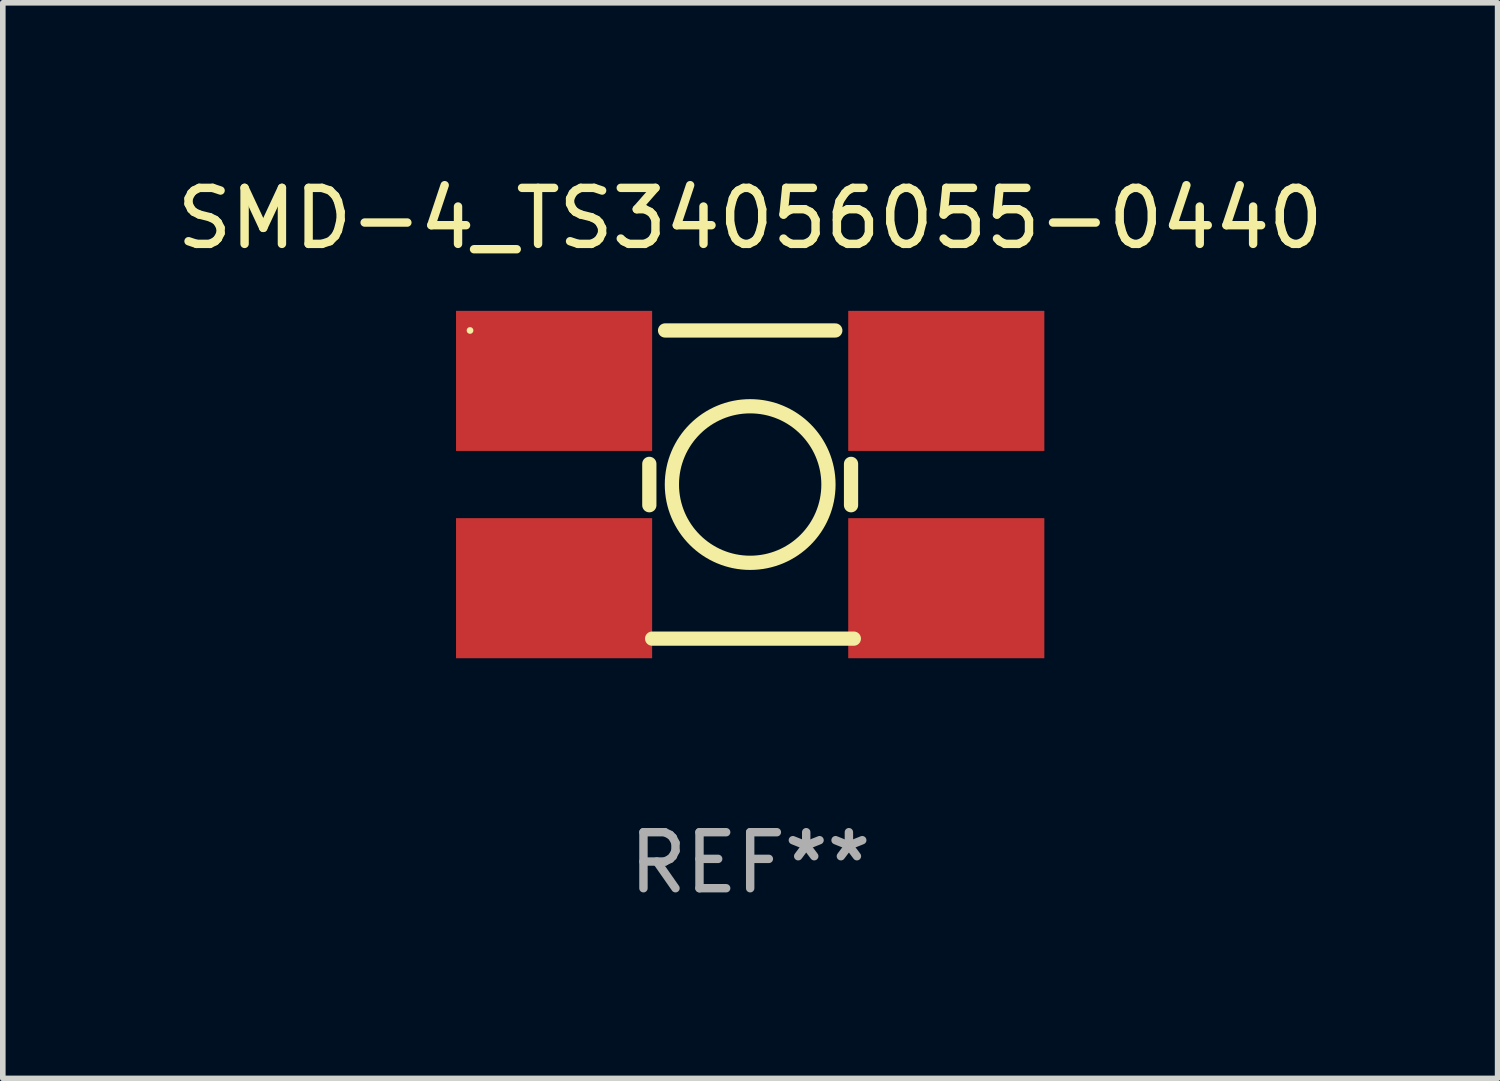
<source format=kicad_pcb>
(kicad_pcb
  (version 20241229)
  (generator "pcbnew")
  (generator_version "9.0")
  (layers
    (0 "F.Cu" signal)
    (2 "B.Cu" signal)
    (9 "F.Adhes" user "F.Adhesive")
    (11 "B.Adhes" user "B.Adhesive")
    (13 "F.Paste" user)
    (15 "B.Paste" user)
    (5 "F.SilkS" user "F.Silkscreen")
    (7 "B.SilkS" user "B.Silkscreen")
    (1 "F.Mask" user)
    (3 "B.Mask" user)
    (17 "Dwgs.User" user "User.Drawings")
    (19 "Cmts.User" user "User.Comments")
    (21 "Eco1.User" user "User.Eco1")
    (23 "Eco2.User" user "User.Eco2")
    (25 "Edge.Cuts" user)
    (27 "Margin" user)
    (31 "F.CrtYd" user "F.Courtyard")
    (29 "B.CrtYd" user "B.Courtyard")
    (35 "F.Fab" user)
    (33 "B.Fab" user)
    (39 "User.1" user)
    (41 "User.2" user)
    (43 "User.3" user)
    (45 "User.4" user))
  (footprint "SMD-4_TS34056055-0440"
    (layer "F.Cu")
    (at 10.339 5.598)
    (property "Reference" "SMD-4_TS34056055-0440" (at 0 -4.75 0) (layer "F.SilkS") (effects (font (size 1 1) (thickness 0.15))))
    (attr through_hole)
    (fp_line (start -1.8 -0.369) (end -1.8 0.369) (stroke (width 0.254) (type solid)) (layer "F.SilkS"))
    (fp_line (start -1.75 2.75) (end 1.85 2.75) (stroke (width 0.254) (type solid)) (layer "F.SilkS"))
    (fp_line (start -1.519 -2.75) (end 1.519 -2.75) (stroke (width 0.254) (type solid)) (layer "F.SilkS"))
    (fp_line (start 1.8 0.369) (end 1.8 -0.369) (stroke (width 0.254) (type solid)) (layer "F.SilkS"))
    (fp_circle (center -5 -2.75) (end -4.97 -2.75) (stroke (width 0.06) (type solid)) (fill no) (layer "F.SilkS"))
    (fp_circle (center -0.000127 -0.000127) (end 1.397 -0.000127) (stroke (width 0.254) (type solid)) (fill no) (layer "F.SilkS"))
    (fp_text user "REF**" (at 0 6.75 0) (layer "F.Fab") (effects (font (size 1 1) (thickness 0.15))))
    (pad "1" smd rect (at -3.5 -1.85) (size 3.5 2.5) (layers "F.Cu" "F.Mask" "F.Paste"))
    (pad "2" smd rect (at -3.5 1.85) (size 3.5 2.5) (layers "F.Cu" "F.Mask" "F.Paste"))
    (pad "3" smd rect (at 3.5 -1.85) (size 3.5 2.5) (layers "F.Cu" "F.Mask" "F.Paste"))
    (pad "4" smd rect (at 3.5 1.85) (size 3.5 2.5) (layers "F.Cu" "F.Mask" "F.Paste")))
  (gr_rect
    (start -3 -3)
    (end 23.679 16.197)
    (stroke (width 0.1) (type default))
    (fill no)
    (layer "Edge.Cuts")))
</source>
